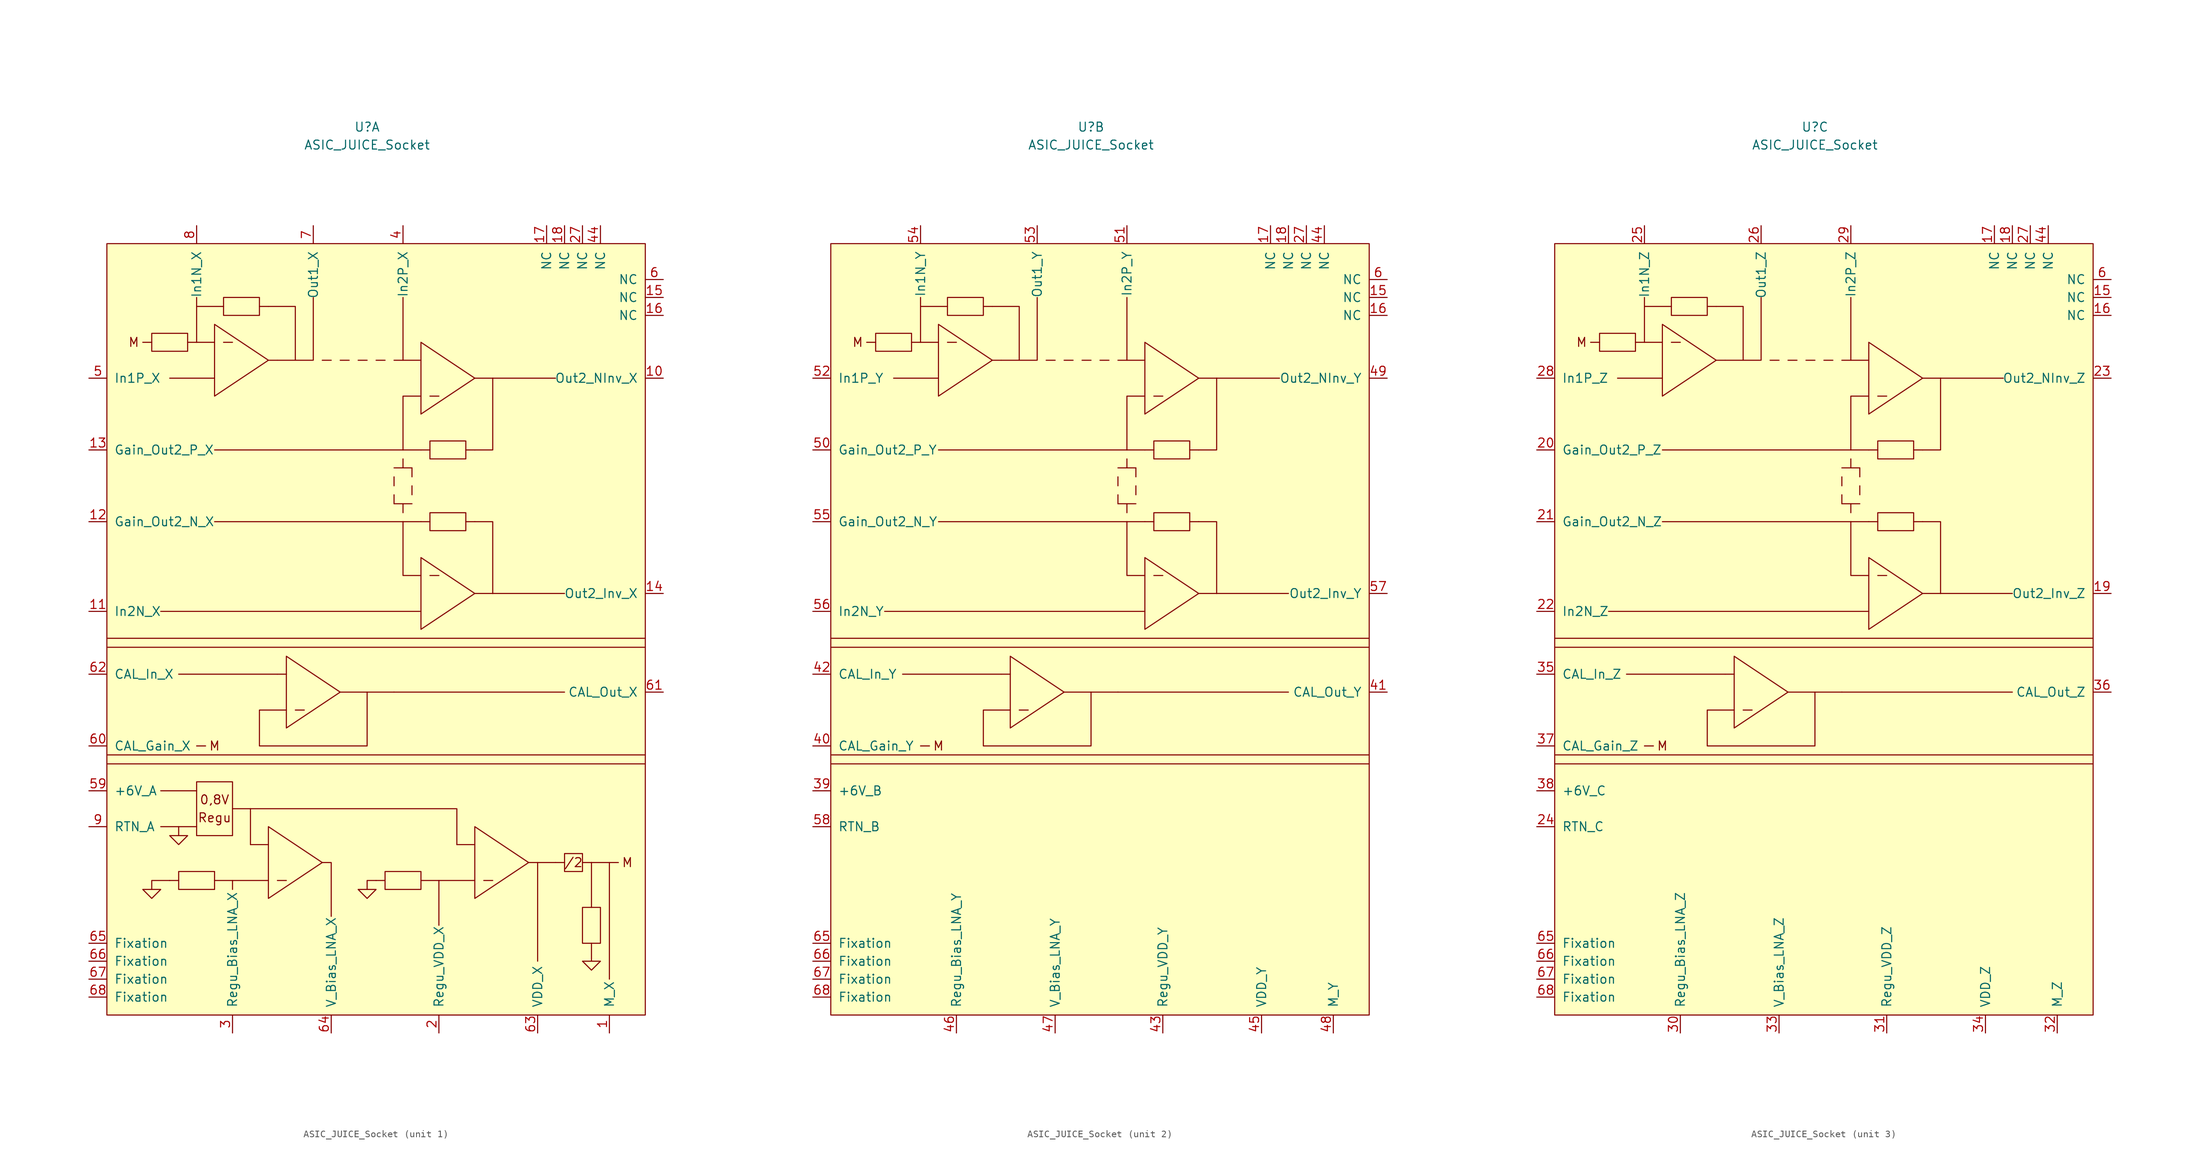
<source format=kicad_sym>
(kicad_symbol_lib
  (version 20211014)
  (generator kicad_symbol_editor)
  (symbol "ASIC_JUICE_Socket"
    (pin_names
      (offset 1.016))
    (property "Reference" "U"
      (at -1.27 71.12 0)
      (effects (font (size 1.27 1.27))))
    (property "Value" "ASIC_JUICE_Socket"
      (at -1.27 68.58 0)
      (effects (font (size 1.27 1.27))))
    (symbol "ASIC_JUICE_Socket_0_0"
      (rectangle (start -31.75 41.91) (end -26.67 39.37) (stroke (width 0) (type default) (color 0 0 0 0)) (fill (type none)))
      (rectangle (start -21.59 46.99) (end -16.51 44.45) (stroke (width 0) (type default) (color 0 0 0 0)) (fill (type none)))
      (polyline (pts (xy -33.02 40.64) (xy -31.75 40.64)) (stroke (width 0) (type default) (color 0 0 0 0)) (fill (type none)))
      (polyline (pts (xy -21.59 40.64) (xy -20.32 40.64)) (stroke (width 0) (type default) (color 0 0 0 0)) (fill (type none)))
      (polyline (pts (xy -11.43 -11.43) (xy -10.16 -11.43)) (stroke (width 0) (type default) (color 0 0 0 0)) (fill (type none)))
      (polyline (pts (xy -1.27 -8.89) (xy 2.54 -8.89)) (stroke (width 0) (type default) (color 0 0 0 0)) (fill (type none)))
      (polyline (pts (xy 6.35 15.24) (xy 7.62 15.24)) (stroke (width 0) (type default) (color 0 0 0 0)) (fill (type none)))
      (polyline (pts (xy 6.35 25.4) (xy 7.62 25.4)) (stroke (width 0) (type default) (color 0 0 0 0)) (fill (type none)))
      (polyline (pts (xy 7.62 7.62) (xy 8.89 7.62)) (stroke (width 0) (type default) (color 0 0 0 0)) (fill (type none)))
      (polyline (pts (xy 7.62 33.02) (xy 8.89 33.02)) (stroke (width 0) (type default) (color 0 0 0 0)) (fill (type none)))
      (polyline (pts (xy 12.7 15.24) (xy 13.97 15.24)) (stroke (width 0) (type default) (color 0 0 0 0)) (fill (type none)))
      (polyline (pts (xy 12.7 25.4) (xy 13.97 25.4)) (stroke (width 0) (type default) (color 0 0 0 0)) (fill (type none)))
      (polyline (pts (xy 13.97 5.08) (xy 16.51 5.08)) (stroke (width 0) (type default) (color 0 0 0 0)) (fill (type none)))
      (polyline (pts (xy 13.97 35.56) (xy 16.51 35.56)) (stroke (width 0) (type default) (color 0 0 0 0)) (fill (type none)))
      (polyline (pts (xy -22.86 40.64) (xy -25.4 40.64) (xy -25.4 45.72) (xy -21.59 45.72)) (stroke (width 0) (type default) (color 0 0 0 0)) (fill (type none)))
      (polyline (pts (xy -15.24 38.1) (xy -22.86 33.02) (xy -22.86 43.18) (xy -15.24 38.1)) (stroke (width 0) (type default) (color 0 0 0 0)) (fill (type none)))
      (polyline (pts (xy -15.24 45.72) (xy -11.43 45.72) (xy -11.43 38.1) (xy -13.97 38.1)) (stroke (width 0) (type default) (color 0 0 0 0)) (fill (type none)))
      (polyline (pts (xy -12.7 -3.81) (xy -5.08 -8.89) (xy -12.7 -13.97) (xy -12.7 -3.81)) (stroke (width 0) (type default) (color 0 0 0 0)) (fill (type none)))
      (polyline (pts (xy 6.35 40.64) (xy 6.35 30.48) (xy 13.97 35.56) (xy 6.35 40.64)) (stroke (width 0) (type default) (color 0 0 0 0)) (fill (type none)))
      (polyline (pts (xy 6.35 10.16) (xy 6.35 2.54) (xy 6.35 0) (xy 13.97 5.08) (xy 6.35 10.16)) (stroke (width 0) (type default) (color 0 0 0 0)) (fill (type none)))
      (rectangle (start 7.62 13.97) (end 12.7 16.51) (stroke (width 0) (type default) (color 0 0 0 0)) (fill (type none)))
      (rectangle (start 7.62 24.13) (end 12.7 26.67) (stroke (width 0) (type default) (color 0 0 0 0)) (fill (type none)))
      (text "M" (at -34.29 40.64 0) (effects (font (size 1.27 1.27))))
      (text "M" (at -22.86 -16.51 0) (effects (font (size 1.27 1.27)))))
    (symbol "ASIC_JUICE_Socket_0_1"
      (rectangle (start -38.1 54.61) (end 38.1 -54.61) (stroke (width 0) (type default) (color 0 0 0 0)) (fill (type background)))
      (polyline (pts (xy -38.1 -17.78) (xy 38.1 -17.78)) (stroke (width 0) (type default) (color 0 0 0 0)) (fill (type none)))
      (polyline (pts (xy -38.1 -1.27) (xy 38.1 -1.27)) (stroke (width 0) (type default) (color 0 0 0 0)) (fill (type none)))
      (polyline (pts (xy -30.48 2.54) (xy 6.35 2.54)) (stroke (width 0) (type default) (color 0 0 0 0)) (fill (type none)))
      (polyline (pts (xy -26.67 40.64) (xy -25.4 40.64)) (stroke (width 0) (type default) (color 0 0 0 0)) (fill (type none)))
      (polyline (pts (xy -25.4 -16.51) (xy -24.13 -16.51)) (stroke (width 0) (type default) (color 0 0 0 0)) (fill (type none)))
      (polyline (pts (xy -25.4 45.72) (xy -25.4 46.99)) (stroke (width 0) (type default) (color 0 0 0 0)) (fill (type none)))
      (polyline (pts (xy -22.86 15.24) (xy 3.81 15.24)) (stroke (width 0) (type default) (color 0 0 0 0)) (fill (type none)))
      (polyline (pts (xy -22.86 35.56) (xy -29.21 35.56)) (stroke (width 0) (type default) (color 0 0 0 0)) (fill (type none)))
      (polyline (pts (xy -16.51 45.72) (xy -15.24 45.72)) (stroke (width 0) (type default) (color 0 0 0 0)) (fill (type none)))
      (polyline (pts (xy -15.24 38.1) (xy -13.97 38.1)) (stroke (width 0) (type default) (color 0 0 0 0)) (fill (type none)))
      (polyline (pts (xy -13.97 -6.35) (xy -27.94 -6.35)) (stroke (width 0) (type default) (color 0 0 0 0)) (fill (type none)))
      (polyline (pts (xy -13.97 -6.35) (xy -12.7 -6.35)) (stroke (width 0) (type default) (color 0 0 0 0)) (fill (type none)))
      (polyline (pts (xy -7.62 38.1) (xy -6.35 38.1)) (stroke (width 0) (type default) (color 0 0 0 0)) (fill (type none)))
      (polyline (pts (xy -5.08 38.1) (xy -3.81 38.1)) (stroke (width 0) (type default) (color 0 0 0 0)) (fill (type none)))
      (polyline (pts (xy -2.54 38.1) (xy -1.27 38.1)) (stroke (width 0) (type default) (color 0 0 0 0)) (fill (type none)))
      (polyline (pts (xy 0 38.1) (xy 1.27 38.1)) (stroke (width 0) (type default) (color 0 0 0 0)) (fill (type none)))
      (polyline (pts (xy 2.54 -8.89) (xy 26.67 -8.89)) (stroke (width 0) (type default) (color 0 0 0 0)) (fill (type none)))
      (polyline (pts (xy 2.54 19.05) (xy 2.54 17.78)) (stroke (width 0) (type default) (color 0 0 0 0)) (fill (type none)))
      (polyline (pts (xy 2.54 21.59) (xy 2.54 20.32)) (stroke (width 0) (type default) (color 0 0 0 0)) (fill (type none)))
      (polyline (pts (xy 2.54 38.1) (xy 3.81 38.1)) (stroke (width 0) (type default) (color 0 0 0 0)) (fill (type none)))
      (polyline (pts (xy 3.81 16.51) (xy 3.81 17.78)) (stroke (width 0) (type default) (color 0 0 0 0)) (fill (type none)))
      (polyline (pts (xy 3.81 17.78) (xy 2.54 17.78)) (stroke (width 0) (type default) (color 0 0 0 0)) (fill (type none)))
      (polyline (pts (xy 3.81 17.78) (xy 5.08 17.78)) (stroke (width 0) (type default) (color 0 0 0 0)) (fill (type none)))
      (polyline (pts (xy 3.81 22.86) (xy 2.54 22.86)) (stroke (width 0) (type default) (color 0 0 0 0)) (fill (type none)))
      (polyline (pts (xy 3.81 22.86) (xy 3.81 24.13)) (stroke (width 0) (type default) (color 0 0 0 0)) (fill (type none)))
      (polyline (pts (xy 3.81 22.86) (xy 5.08 22.86)) (stroke (width 0) (type default) (color 0 0 0 0)) (fill (type none)))
      (polyline (pts (xy 3.81 25.4) (xy -22.86 25.4)) (stroke (width 0) (type default) (color 0 0 0 0)) (fill (type none)))
      (polyline (pts (xy 3.81 38.1) (xy 3.81 46.99)) (stroke (width 0) (type default) (color 0 0 0 0)) (fill (type none)))
      (polyline (pts (xy 5.08 19.05) (xy 5.08 20.32)) (stroke (width 0) (type default) (color 0 0 0 0)) (fill (type none)))
      (polyline (pts (xy 5.08 21.59) (xy 5.08 22.86)) (stroke (width 0) (type default) (color 0 0 0 0)) (fill (type none)))
      (polyline (pts (xy 6.35 15.24) (xy 3.81 15.24)) (stroke (width 0) (type default) (color 0 0 0 0)) (fill (type none)))
      (polyline (pts (xy 6.35 25.4) (xy 3.81 25.4)) (stroke (width 0) (type default) (color 0 0 0 0)) (fill (type none)))
      (polyline (pts (xy 6.35 38.1) (xy 3.81 38.1)) (stroke (width 0) (type default) (color 0 0 0 0)) (fill (type none)))
      (polyline (pts (xy 16.51 5.08) (xy 26.67 5.08)) (stroke (width 0) (type default) (color 0 0 0 0)) (fill (type none)))
      (polyline (pts (xy 16.51 35.56) (xy 25.4 35.56)) (stroke (width 0) (type default) (color 0 0 0 0)) (fill (type none)))
      (polyline (pts (xy 38.1 -19.05) (xy -38.1 -19.05)) (stroke (width 0) (type default) (color 0 0 0 0)) (fill (type none)))
      (polyline (pts (xy 38.1 -2.54) (xy -38.1 -2.54)) (stroke (width 0) (type default) (color 0 0 0 0)) (fill (type none)))
      (polyline (pts (xy -11.43 38.1) (xy -8.89 38.1) (xy -8.89 46.99)) (stroke (width 0) (type default) (color 0 0 0 0)) (fill (type none)))
      (polyline (pts (xy 6.35 7.62) (xy 3.81 7.62) (xy 3.81 15.24)) (stroke (width 0) (type default) (color 0 0 0 0)) (fill (type none)))
      (polyline (pts (xy 6.35 33.02) (xy 3.81 33.02) (xy 3.81 25.4)) (stroke (width 0) (type default) (color 0 0 0 0)) (fill (type none)))
      (polyline (pts (xy 13.97 15.24) (xy 16.51 15.24) (xy 16.51 5.08)) (stroke (width 0) (type default) (color 0 0 0 0)) (fill (type none)))
      (polyline (pts (xy 13.97 25.4) (xy 16.51 25.4) (xy 16.51 35.56)) (stroke (width 0) (type default) (color 0 0 0 0)) (fill (type none)))
      (polyline (pts (xy -12.7 -11.43) (xy -16.51 -11.43) (xy -16.51 -16.51) (xy -1.27 -16.51) (xy -1.27 -8.89) (xy -5.08 -8.89)) (stroke (width 0) (type default) (color 0 0 0 0)) (fill (type none)))
      (pin power_in line (at 40.64 46.99 180) (length 2.54) (name "NC" (effects (font (size 1.27 1.27)))) (number "15" (effects (font (size 1.27 1.27)))))
      (pin power_in line (at 40.64 44.45 180) (length 2.54) (name "NC" (effects (font (size 1.27 1.27)))) (number "16" (effects (font (size 1.27 1.27)))))
      (pin power_in line (at 24.13 57.15 270) (length 2.54) (name "NC" (effects (font (size 1.27 1.27)))) (number "17" (effects (font (size 1.27 1.27)))))
      (pin power_in line (at 26.67 57.15 270) (length 2.54) (name "NC" (effects (font (size 1.27 1.27)))) (number "18" (effects (font (size 1.27 1.27)))))
      (pin power_in line (at 29.21 57.15 270) (length 2.54) (name "NC" (effects (font (size 1.27 1.27)))) (number "27" (effects (font (size 1.27 1.27)))))
      (pin power_in line (at 31.75 57.15 270) (length 2.54) (name "NC" (effects (font (size 1.27 1.27)))) (number "44" (effects (font (size 1.27 1.27)))))
      (pin power_in line (at 40.64 49.53 180) (length 2.54) (name "NC" (effects (font (size 1.27 1.27)))) (number "6" (effects (font (size 1.27 1.27)))))
      (pin power_in line (at -40.64 -44.45 0) (length 2.54) (name "Fixation" (effects (font (size 1.27 1.27)))) (number "65" (effects (font (size 1.27 1.27)))))
      (pin power_in line (at -40.64 -46.99 0) (length 2.54) (name "Fixation" (effects (font (size 1.27 1.27)))) (number "66" (effects (font (size 1.27 1.27)))))
      (pin power_in line (at -40.64 -49.53 0) (length 2.54) (name "Fixation" (effects (font (size 1.27 1.27)))) (number "67" (effects (font (size 1.27 1.27)))))
      (pin power_in line (at -40.64 -52.07 0) (length 2.54) (name "Fixation" (effects (font (size 1.27 1.27)))) (number "68" (effects (font (size 1.27 1.27))))))
    (symbol "ASIC_JUICE_Socket_1_1"
      (rectangle (start -27.94 -36.83) (end -22.86 -34.29) (stroke (width 0) (type default) (color 0 0 0 0)) (fill (type none)))
      (rectangle (start -25.4 -21.59) (end -20.32 -29.21) (stroke (width 0) (type default) (color 0 0 0 0)) (fill (type none)))
      (polyline (pts (xy -27.94 -35.56) (xy -29.21 -35.56)) (stroke (width 0) (type default) (color 0 0 0 0)) (fill (type none)))
      (polyline (pts (xy -25.4 -27.94) (xy -30.48 -27.94)) (stroke (width 0) (type default) (color 0 0 0 0)) (fill (type none)))
      (polyline (pts (xy -25.4 -22.86) (xy -30.48 -22.86)) (stroke (width 0) (type default) (color 0 0 0 0)) (fill (type none)))
      (polyline (pts (xy -20.32 -35.56) (xy -20.32 -36.83)) (stroke (width 0) (type default) (color 0 0 0 0)) (fill (type none)))
      (polyline (pts (xy -20.32 -25.4) (xy -17.78 -25.4)) (stroke (width 0) (type default) (color 0 0 0 0)) (fill (type none)))
      (polyline (pts (xy -17.78 -30.48) (xy -17.78 -25.4)) (stroke (width 0) (type default) (color 0 0 0 0)) (fill (type none)))
      (polyline (pts (xy -17.78 -30.48) (xy -15.24 -30.48)) (stroke (width 0) (type default) (color 0 0 0 0)) (fill (type none)))
      (polyline (pts (xy -15.24 -35.56) (xy -22.86 -35.56)) (stroke (width 0) (type default) (color 0 0 0 0)) (fill (type none)))
      (polyline (pts (xy -13.97 -35.56) (xy -12.7 -35.56)) (stroke (width 0) (type default) (color 0 0 0 0)) (fill (type none)))
      (polyline (pts (xy 1.27 -35.56) (xy 0 -35.56)) (stroke (width 0) (type default) (color 0 0 0 0)) (fill (type none)))
      (polyline (pts (xy 6.35 -35.56) (xy 13.97 -35.56)) (stroke (width 0) (type default) (color 0 0 0 0)) (fill (type none)))
      (polyline (pts (xy 8.89 -35.56) (xy 8.89 -41.91)) (stroke (width 0) (type default) (color 0 0 0 0)) (fill (type none)))
      (polyline (pts (xy 13.97 -30.48) (xy 11.43 -30.48)) (stroke (width 0) (type default) (color 0 0 0 0)) (fill (type none)))
      (polyline (pts (xy 15.24 -35.56) (xy 16.51 -35.56)) (stroke (width 0) (type default) (color 0 0 0 0)) (fill (type none)))
      (polyline (pts (xy 21.59 -33.02) (xy 25.4 -33.02)) (stroke (width 0) (type default) (color 0 0 0 0)) (fill (type none)))
      (polyline (pts (xy 22.86 -46.99) (xy 22.86 -33.02)) (stroke (width 0) (type default) (color 0 0 0 0)) (fill (type none)))
      (polyline (pts (xy 25.4 -33.02) (xy 26.67 -33.02)) (stroke (width 0) (type default) (color 0 0 0 0)) (fill (type none)))
      (polyline (pts (xy 29.21 -33.02) (xy 30.48 -33.02)) (stroke (width 0) (type default) (color 0 0 0 0)) (fill (type none)))
      (polyline (pts (xy 30.48 -39.37) (xy 30.48 -33.02)) (stroke (width 0) (type default) (color 0 0 0 0)) (fill (type none)))
      (polyline (pts (xy 30.48 -33.02) (xy 34.29 -33.02)) (stroke (width 0) (type default) (color 0 0 0 0)) (fill (type none)))
      (polyline (pts (xy 33.02 -49.53) (xy 33.02 -33.02)) (stroke (width 0) (type default) (color 0 0 0 0)) (fill (type none)))
      (polyline (pts (xy -29.21 -35.56) (xy -31.75 -35.56) (xy -31.75 -36.83)) (stroke (width 0) (type default) (color 0 0 0 0)) (fill (type none)))
      (polyline (pts (xy -17.78 -25.4) (xy 11.43 -25.4) (xy 11.43 -30.48)) (stroke (width 0) (type default) (color 0 0 0 0)) (fill (type none)))
      (polyline (pts (xy -7.62 -33.02) (xy -6.35 -33.02) (xy -6.35 -40.64)) (stroke (width 0) (type default) (color 0 0 0 0)) (fill (type none)))
      (polyline (pts (xy -33.02 -36.83) (xy -30.48 -36.83) (xy -31.75 -38.1) (xy -33.02 -36.83)) (stroke (width 0) (type default) (color 0 0 0 0)) (fill (type none)))
      (polyline (pts (xy -15.24 -38.1) (xy -15.24 -27.94) (xy -7.62 -33.02) (xy -15.24 -38.1)) (stroke (width 0) (type default) (color 0 0 0 0)) (fill (type none)))
      (polyline (pts (xy 13.97 -38.1) (xy 13.97 -27.94) (xy 21.59 -33.02) (xy 13.97 -38.1)) (stroke (width 0) (type default) (color 0 0 0 0)) (fill (type none)))
      (polyline (pts (xy -27.94 -27.94) (xy -27.94 -29.21) (xy -26.67 -29.21) (xy -27.94 -30.48) (xy -29.21 -29.21) (xy -27.94 -29.21)) (stroke (width 0) (type default) (color 0 0 0 0)) (fill (type none)))
      (polyline (pts (xy 30.48 -44.45) (xy 30.48 -46.99) (xy 29.21 -46.99) (xy 30.48 -48.26) (xy 31.75 -46.99) (xy 30.48 -46.99)) (stroke (width 0) (type default) (color 0 0 0 0)) (fill (type none)))
      (polyline (pts (xy 0 -35.56) (xy -1.27 -35.56) (xy -1.27 -36.83) (xy -2.54 -36.83) (xy -1.27 -38.1) (xy 0 -36.83) (xy -1.27 -36.83)) (stroke (width 0) (type default) (color 0 0 0 0)) (fill (type none)))
      (rectangle (start 6.35 -34.29) (end 1.27 -36.83) (stroke (width 0) (type default) (color 0 0 0 0)) (fill (type none)))
      (rectangle (start 26.67 -31.75) (end 29.21 -34.29) (stroke (width 0) (type default) (color 0 0 0 0)) (fill (type none)))
      (rectangle (start 31.75 -39.37) (end 29.21 -44.45) (stroke (width 0) (type default) (color 0 0 0 0)) (fill (type none)))
      (text "/2" (at 27.94 -33.02 0) (effects (font (size 1.27 1.27))))
      (text "0,8V" (at -22.86 -24.13 0) (effects (font (size 1.27 1.27))))
      (text "M" (at 35.56 -33.02 0) (effects (font (size 1.27 1.27))))
      (text "Regu" (at -22.86 -26.67 0) (effects (font (size 1.27 1.27))))
      (pin output line (at 33.02 -57.15 90) (length 2.54) (name "M_X" (effects (font (size 1.27 1.27)))) (number "1" (effects (font (size 1.27 1.27)))))
      (pin output line (at 40.64 35.56 180) (length 2.54) (name "Out2_NInv_X" (effects (font (size 1.27 1.27)))) (number "10" (effects (font (size 1.27 1.27)))))
      (pin input line (at -40.64 2.54 0) (length 2.54) (name "In2N_X" (effects (font (size 1.27 1.27)))) (number "11" (effects (font (size 1.27 1.27)))))
      (pin passive line (at -40.64 15.24 0) (length 2.54) (name "Gain_Out2_N_X" (effects (font (size 1.27 1.27)))) (number "12" (effects (font (size 1.27 1.27)))))
      (pin passive line (at -40.64 25.4 0) (length 2.54) (name "Gain_Out2_P_X" (effects (font (size 1.27 1.27)))) (number "13" (effects (font (size 1.27 1.27)))))
      (pin output line (at 40.64 5.08 180) (length 2.54) (name "Out2_Inv_X" (effects (font (size 1.27 1.27)))) (number "14" (effects (font (size 1.27 1.27)))))
      (pin passive line (at 8.89 -57.15 90) (length 2.54) (name "Regu_VDD_X" (effects (font (size 1.27 1.27)))) (number "2" (effects (font (size 1.27 1.27)))))
      (pin passive line (at -20.32 -57.15 90) (length 2.54) (name "Regu_Bias_LNA_X" (effects (font (size 1.27 1.27)))) (number "3" (effects (font (size 1.27 1.27)))))
      (pin input line (at 3.81 57.15 270) (length 2.54) (name "In2P_X" (effects (font (size 1.27 1.27)))) (number "4" (effects (font (size 1.27 1.27)))))
      (pin input line (at -40.64 35.56 0) (length 2.54) (name "In1P_X" (effects (font (size 1.27 1.27)))) (number "5" (effects (font (size 1.27 1.27)))))
      (pin power_in line (at -40.64 -22.86 0) (length 2.54) (name "+6V_A" (effects (font (size 1.27 1.27)))) (number "59" (effects (font (size 1.27 1.27)))))
      (pin passive line (at -40.64 -16.51 0) (length 2.54) (name "CAL_Gain_X" (effects (font (size 1.27 1.27)))) (number "60" (effects (font (size 1.27 1.27)))))
      (pin output line (at 40.64 -8.89 180) (length 2.54) (name "CAL_Out_X" (effects (font (size 1.27 1.27)))) (number "61" (effects (font (size 1.27 1.27)))))
      (pin input line (at -40.64 -6.35 0) (length 2.54) (name "CAL_In_X" (effects (font (size 1.27 1.27)))) (number "62" (effects (font (size 1.27 1.27)))))
      (pin output line (at 22.86 -57.15 90) (length 2.54) (name "VDD_X" (effects (font (size 1.27 1.27)))) (number "63" (effects (font (size 1.27 1.27)))))
      (pin output line (at -6.35 -57.15 90) (length 2.54) (name "V_Bias_LNA_X" (effects (font (size 1.27 1.27)))) (number "64" (effects (font (size 1.27 1.27)))))
      (pin output line (at -8.89 57.15 270) (length 2.54) (name "Out1_X" (effects (font (size 1.27 1.27)))) (number "7" (effects (font (size 1.27 1.27)))))
      (pin input line (at -25.4 57.15 270) (length 2.54) (name "In1N_X" (effects (font (size 1.27 1.27)))) (number "8" (effects (font (size 1.27 1.27)))))
      (pin power_in line (at -40.64 -27.94 0) (length 2.54) (name "RTN_A" (effects (font (size 1.27 1.27)))) (number "9" (effects (font (size 1.27 1.27))))))
    (symbol "ASIC_JUICE_Socket_2_1"
      (pin power_in line (at -40.64 -22.86 0) (length 2.54) (name "+6V_B" (effects (font (size 1.27 1.27)))) (number "39" (effects (font (size 1.27 1.27)))))
      (pin passive line (at -40.64 -16.51 0) (length 2.54) (name "CAL_Gain_Y" (effects (font (size 1.27 1.27)))) (number "40" (effects (font (size 1.27 1.27)))))
      (pin output line (at 40.64 -8.89 180) (length 2.54) (name "CAL_Out_Y" (effects (font (size 1.27 1.27)))) (number "41" (effects (font (size 1.27 1.27)))))
      (pin input line (at -40.64 -6.35 0) (length 2.54) (name "CAL_In_Y" (effects (font (size 1.27 1.27)))) (number "42" (effects (font (size 1.27 1.27)))))
      (pin passive line (at 8.89 -57.15 90) (length 2.54) (name "Regu_VDD_Y" (effects (font (size 1.27 1.27)))) (number "43" (effects (font (size 1.27 1.27)))))
      (pin output line (at 22.86 -57.15 90) (length 2.54) (name "VDD_Y" (effects (font (size 1.27 1.27)))) (number "45" (effects (font (size 1.27 1.27)))))
      (pin passive line (at -20.32 -57.15 90) (length 2.54) (name "Regu_Bias_LNA_Y" (effects (font (size 1.27 1.27)))) (number "46" (effects (font (size 1.27 1.27)))))
      (pin output line (at -6.35 -57.15 90) (length 2.54) (name "V_Bias_LNA_Y" (effects (font (size 1.27 1.27)))) (number "47" (effects (font (size 1.27 1.27)))))
      (pin output line (at 33.02 -57.15 90) (length 2.54) (name "M_Y" (effects (font (size 1.27 1.27)))) (number "48" (effects (font (size 1.27 1.27)))))
      (pin output line (at 40.64 35.56 180) (length 2.54) (name "Out2_NInv_Y" (effects (font (size 1.27 1.27)))) (number "49" (effects (font (size 1.27 1.27)))))
      (pin passive line (at -40.64 25.4 0) (length 2.54) (name "Gain_Out2_P_Y" (effects (font (size 1.27 1.27)))) (number "50" (effects (font (size 1.27 1.27)))))
      (pin input line (at 3.81 57.15 270) (length 2.54) (name "In2P_Y" (effects (font (size 1.27 1.27)))) (number "51" (effects (font (size 1.27 1.27)))))
      (pin input line (at -40.64 35.56 0) (length 2.54) (name "In1P_Y" (effects (font (size 1.27 1.27)))) (number "52" (effects (font (size 1.27 1.27)))))
      (pin output line (at -8.89 57.15 270) (length 2.54) (name "Out1_Y" (effects (font (size 1.27 1.27)))) (number "53" (effects (font (size 1.27 1.27)))))
      (pin input line (at -25.4 57.15 270) (length 2.54) (name "In1N_Y" (effects (font (size 1.27 1.27)))) (number "54" (effects (font (size 1.27 1.27)))))
      (pin passive line (at -40.64 15.24 0) (length 2.54) (name "Gain_Out2_N_Y" (effects (font (size 1.27 1.27)))) (number "55" (effects (font (size 1.27 1.27)))))
      (pin input line (at -40.64 2.54 0) (length 2.54) (name "In2N_Y" (effects (font (size 1.27 1.27)))) (number "56" (effects (font (size 1.27 1.27)))))
      (pin output line (at 40.64 5.08 180) (length 2.54) (name "Out2_Inv_Y" (effects (font (size 1.27 1.27)))) (number "57" (effects (font (size 1.27 1.27)))))
      (pin power_in line (at -40.64 -27.94 0) (length 2.54) (name "RTN_B" (effects (font (size 1.27 1.27)))) (number "58" (effects (font (size 1.27 1.27))))))
    (symbol "ASIC_JUICE_Socket_3_1"
      (pin output line (at 40.64 5.08 180) (length 2.54) (name "Out2_Inv_Z" (effects (font (size 1.27 1.27)))) (number "19" (effects (font (size 1.27 1.27)))))
      (pin passive line (at -40.64 25.4 0) (length 2.54) (name "Gain_Out2_P_Z" (effects (font (size 1.27 1.27)))) (number "20" (effects (font (size 1.27 1.27)))))
      (pin passive line (at -40.64 15.24 0) (length 2.54) (name "Gain_Out2_N_Z" (effects (font (size 1.27 1.27)))) (number "21" (effects (font (size 1.27 1.27)))))
      (pin input line (at -40.64 2.54 0) (length 2.54) (name "In2N_Z" (effects (font (size 1.27 1.27)))) (number "22" (effects (font (size 1.27 1.27)))))
      (pin output line (at 40.64 35.56 180) (length 2.54) (name "Out2_NInv_Z" (effects (font (size 1.27 1.27)))) (number "23" (effects (font (size 1.27 1.27)))))
      (pin power_in line (at -40.64 -27.94 0) (length 2.54) (name "RTN_C" (effects (font (size 1.27 1.27)))) (number "24" (effects (font (size 1.27 1.27)))))
      (pin input line (at -25.4 57.15 270) (length 2.54) (name "In1N_Z" (effects (font (size 1.27 1.27)))) (number "25" (effects (font (size 1.27 1.27)))))
      (pin output line (at -8.89 57.15 270) (length 2.54) (name "Out1_Z" (effects (font (size 1.27 1.27)))) (number "26" (effects (font (size 1.27 1.27)))))
      (pin input line (at -40.64 35.56 0) (length 2.54) (name "In1P_Z" (effects (font (size 1.27 1.27)))) (number "28" (effects (font (size 1.27 1.27)))))
      (pin input line (at 3.81 57.15 270) (length 2.54) (name "In2P_Z" (effects (font (size 1.27 1.27)))) (number "29" (effects (font (size 1.27 1.27)))))
      (pin passive line (at -20.32 -57.15 90) (length 2.54) (name "Regu_Bias_LNA_Z" (effects (font (size 1.27 1.27)))) (number "30" (effects (font (size 1.27 1.27)))))
      (pin passive line (at 8.89 -57.15 90) (length 2.54) (name "Regu_VDD_Z" (effects (font (size 1.27 1.27)))) (number "31" (effects (font (size 1.27 1.27)))))
      (pin output line (at 33.02 -57.15 90) (length 2.54) (name "M_Z" (effects (font (size 1.27 1.27)))) (number "32" (effects (font (size 1.27 1.27)))))
      (pin output line (at -6.35 -57.15 90) (length 2.54) (name "V_Bias_LNA_Z" (effects (font (size 1.27 1.27)))) (number "33" (effects (font (size 1.27 1.27)))))
      (pin output line (at 22.86 -57.15 90) (length 2.54) (name "VDD_Z" (effects (font (size 1.27 1.27)))) (number "34" (effects (font (size 1.27 1.27)))))
      (pin input line (at -40.64 -6.35 0) (length 2.54) (name "CAL_In_Z" (effects (font (size 1.27 1.27)))) (number "35" (effects (font (size 1.27 1.27)))))
      (pin output line (at 40.64 -8.89 180) (length 2.54) (name "CAL_Out_Z" (effects (font (size 1.27 1.27)))) (number "36" (effects (font (size 1.27 1.27)))))
      (pin passive line (at -40.64 -16.51 0) (length 2.54) (name "CAL_Gain_Z" (effects (font (size 1.27 1.27)))) (number "37" (effects (font (size 1.27 1.27)))))
      (pin power_in line (at -40.64 -22.86 0) (length 2.54) (name "+6V_C" (effects (font (size 1.27 1.27)))) (number "38" (effects (font (size 1.27 1.27))))))))
</source>
